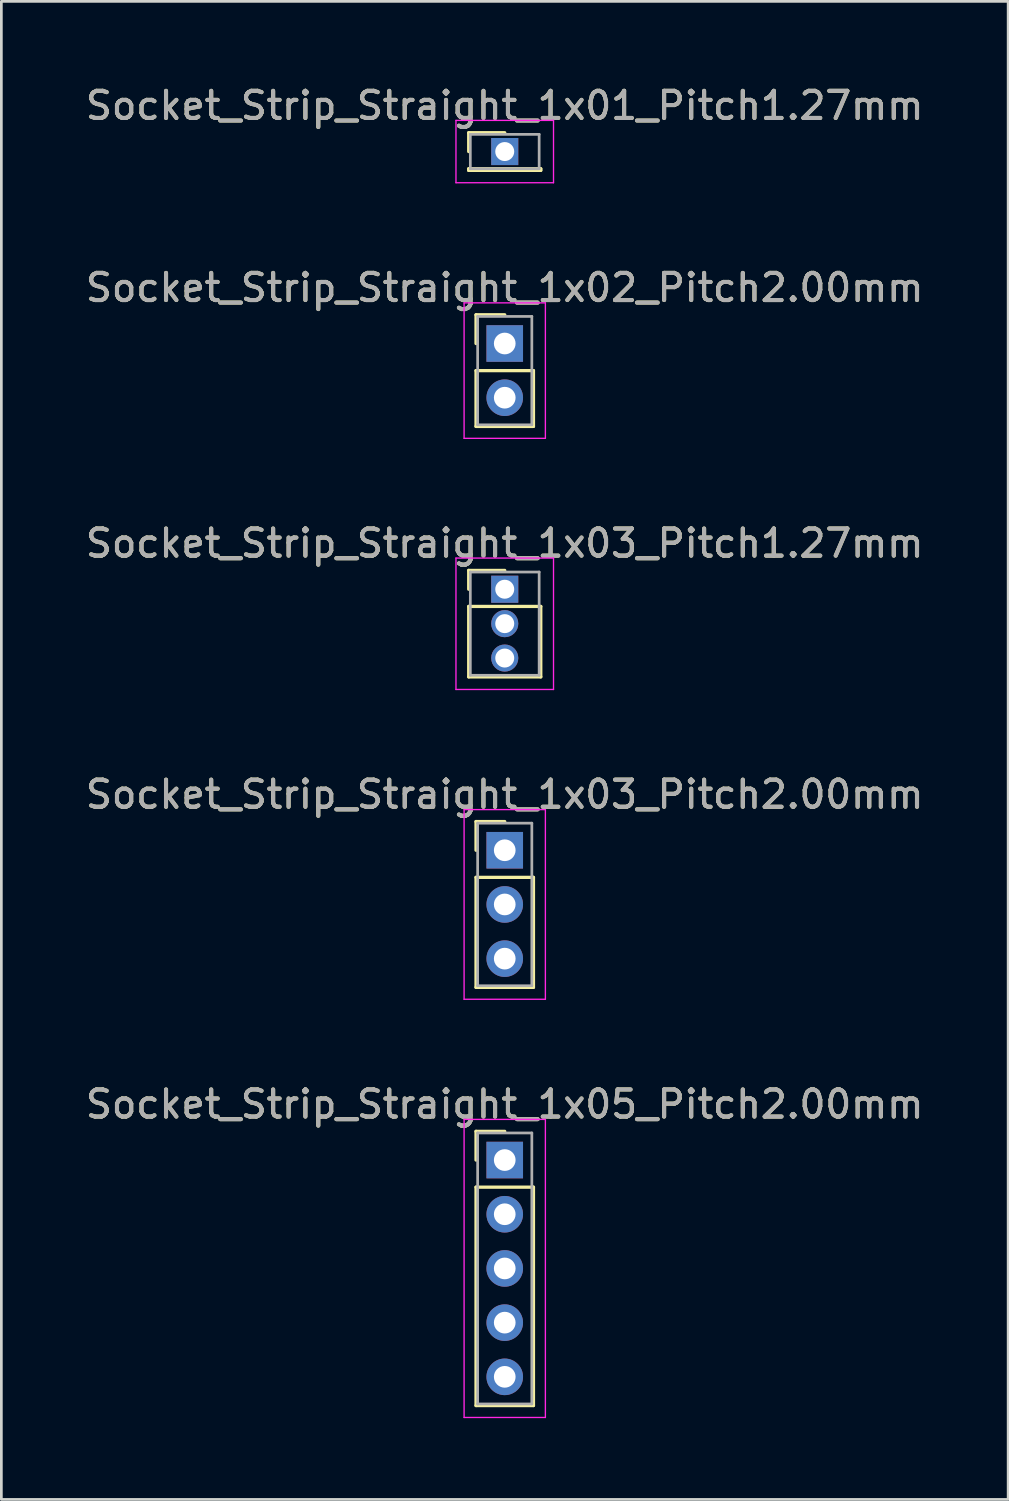
<source format=kicad_pcb>
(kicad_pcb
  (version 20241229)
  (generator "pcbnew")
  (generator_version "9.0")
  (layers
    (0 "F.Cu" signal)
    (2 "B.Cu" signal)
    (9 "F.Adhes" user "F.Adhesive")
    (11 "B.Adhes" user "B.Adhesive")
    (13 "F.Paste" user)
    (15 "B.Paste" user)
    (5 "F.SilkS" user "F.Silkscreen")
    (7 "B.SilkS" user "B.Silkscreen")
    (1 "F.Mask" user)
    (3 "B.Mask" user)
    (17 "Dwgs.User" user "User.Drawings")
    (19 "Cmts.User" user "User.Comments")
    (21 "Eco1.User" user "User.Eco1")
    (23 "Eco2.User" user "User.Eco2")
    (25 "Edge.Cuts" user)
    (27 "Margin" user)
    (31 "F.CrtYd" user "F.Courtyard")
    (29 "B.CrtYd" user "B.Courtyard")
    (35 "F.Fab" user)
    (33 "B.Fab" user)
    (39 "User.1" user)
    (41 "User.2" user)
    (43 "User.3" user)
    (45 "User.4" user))
  (footprint "Socket_Strip_Straight_1x01_Pitch1.27mm"
    (layer "F.Cu")
    (at 15.577 2.543)
    (property "Reference" "Socket_Strip_Straight_1x01_Pitch1.27mm" (at 0 -1.695 0) (layer "F.SilkS") (effects (font (size 1 1) (thickness 0.15))))
    (attr through_hole)
    (fp_line (start -1.33 -0.695) (end 0 -0.695) (stroke (width 0.12) (type solid)) (layer "F.SilkS"))
    (fp_line (start -1.33 0) (end -1.33 -0.695) (stroke (width 0.12) (type solid)) (layer "F.SilkS"))
    (fp_line (start -1.33 0.635) (end -1.33 0.695) (stroke (width 0.12) (type solid)) (layer "F.SilkS"))
    (fp_line (start -1.33 0.695) (end 1.33 0.695) (stroke (width 0.12) (type solid)) (layer "F.SilkS"))
    (fp_line (start 1.33 0.635) (end -1.33 0.635) (stroke (width 0.12) (type solid)) (layer "F.SilkS"))
    (fp_line (start 1.33 0.695) (end 1.33 0.635) (stroke (width 0.12) (type solid)) (layer "F.SilkS"))
    (fp_line (start -1.8 -1.15) (end -1.8 1.15) (stroke (width 0.05) (type solid)) (layer "F.CrtYd"))
    (fp_line (start -1.8 1.15) (end 1.8 1.15) (stroke (width 0.05) (type solid)) (layer "F.CrtYd"))
    (fp_line (start 1.8 -1.15) (end -1.8 -1.15) (stroke (width 0.05) (type solid)) (layer "F.CrtYd"))
    (fp_line (start 1.8 1.15) (end 1.8 -1.15) (stroke (width 0.05) (type solid)) (layer "F.CrtYd"))
    (fp_line (start -1.27 -0.635) (end -1.27 0.635) (stroke (width 0.1) (type solid)) (layer "F.Fab"))
    (fp_line (start -1.27 0.635) (end 1.27 0.635) (stroke (width 0.1) (type solid)) (layer "F.Fab"))
    (fp_line (start 1.27 -0.635) (end -1.27 -0.635) (stroke (width 0.1) (type solid)) (layer "F.Fab"))
    (fp_line (start 1.27 0.635) (end 1.27 -0.635) (stroke (width 0.1) (type solid)) (layer "F.Fab"))
    (fp_text user "${REFERENCE}" (at 0 -1.695 0) (layer "F.Fab") (effects (font (size 1 1) (thickness 0.15))))
    (pad "1" thru_hole rect (at 0 0) (size 1 1) (drill 0.7) (layers "*.Cu" "*.Mask")))
  (footprint "Socket_Strip_Straight_1x03_Pitch1.27mm"
    (layer "F.Cu")
    (at 15.577 18.695)
    (property "Reference" "Socket_Strip_Straight_1x03_Pitch1.27mm" (at 0 -1.695 0) (layer "F.SilkS") (effects (font (size 1 1) (thickness 0.15))))
    (attr through_hole)
    (fp_line (start -1.33 -0.695) (end 0 -0.695) (stroke (width 0.12) (type solid)) (layer "F.SilkS"))
    (fp_line (start -1.33 0) (end -1.33 -0.695) (stroke (width 0.12) (type solid)) (layer "F.SilkS"))
    (fp_line (start -1.33 0.635) (end -1.33 3.235) (stroke (width 0.12) (type solid)) (layer "F.SilkS"))
    (fp_line (start -1.33 3.235) (end 1.33 3.235) (stroke (width 0.12) (type solid)) (layer "F.SilkS"))
    (fp_line (start 1.33 0.635) (end -1.33 0.635) (stroke (width 0.12) (type solid)) (layer "F.SilkS"))
    (fp_line (start 1.33 3.235) (end 1.33 0.635) (stroke (width 0.12) (type solid)) (layer "F.SilkS"))
    (fp_line (start -1.8 -1.15) (end -1.8 3.7) (stroke (width 0.05) (type solid)) (layer "F.CrtYd"))
    (fp_line (start -1.8 3.7) (end 1.8 3.7) (stroke (width 0.05) (type solid)) (layer "F.CrtYd"))
    (fp_line (start 1.8 -1.15) (end -1.8 -1.15) (stroke (width 0.05) (type solid)) (layer "F.CrtYd"))
    (fp_line (start 1.8 3.7) (end 1.8 -1.15) (stroke (width 0.05) (type solid)) (layer "F.CrtYd"))
    (fp_line (start -1.27 -0.635) (end -1.27 3.175) (stroke (width 0.1) (type solid)) (layer "F.Fab"))
    (fp_line (start -1.27 3.175) (end 1.27 3.175) (stroke (width 0.1) (type solid)) (layer "F.Fab"))
    (fp_line (start 1.27 -0.635) (end -1.27 -0.635) (stroke (width 0.1) (type solid)) (layer "F.Fab"))
    (fp_line (start 1.27 3.175) (end 1.27 -0.635) (stroke (width 0.1) (type solid)) (layer "F.Fab"))
    (fp_text user "${REFERENCE}" (at 0 -1.695 0) (layer "F.Fab") (effects (font (size 1 1) (thickness 0.15))))
    (pad "1" thru_hole rect (at 0 0) (size 1 1) (drill 0.7) (layers "*.Cu" "*.Mask"))
    (pad "2" thru_hole oval (at 0 1.27) (size 1 1) (drill 0.7) (layers "*.Cu" "*.Mask"))
    (pad "3" thru_hole oval (at 0 2.54) (size 1 1) (drill 0.7) (layers "*.Cu" "*.Mask")))
  (footprint "Socket_Strip_Straight_1x03_Pitch2.00mm"
    (layer "F.Cu")
    (at 15.577 28.328)
    (property "Reference" "Socket_Strip_Straight_1x03_Pitch2.00mm" (at 0 -2.06 0) (layer "F.SilkS") (effects (font (size 1 1) (thickness 0.15))))
    (attr through_hole)
    (fp_line (start -1.06 -1.06) (end 0 -1.06) (stroke (width 0.12) (type solid)) (layer "F.SilkS"))
    (fp_line (start -1.06 0) (end -1.06 -1.06) (stroke (width 0.12) (type solid)) (layer "F.SilkS"))
    (fp_line (start -1.06 1) (end -1.06 5.06) (stroke (width 0.12) (type solid)) (layer "F.SilkS"))
    (fp_line (start -1.06 5.06) (end 1.06 5.06) (stroke (width 0.12) (type solid)) (layer "F.SilkS"))
    (fp_line (start 1.06 1) (end -1.06 1) (stroke (width 0.12) (type solid)) (layer "F.SilkS"))
    (fp_line (start 1.06 5.06) (end 1.06 1) (stroke (width 0.12) (type solid)) (layer "F.SilkS"))
    (fp_line (start -1.5 -1.5) (end -1.5 5.5) (stroke (width 0.05) (type solid)) (layer "F.CrtYd"))
    (fp_line (start -1.5 5.5) (end 1.5 5.5) (stroke (width 0.05) (type solid)) (layer "F.CrtYd"))
    (fp_line (start 1.5 -1.5) (end -1.5 -1.5) (stroke (width 0.05) (type solid)) (layer "F.CrtYd"))
    (fp_line (start 1.5 5.5) (end 1.5 -1.5) (stroke (width 0.05) (type solid)) (layer "F.CrtYd"))
    (fp_line (start -1 -1) (end -1 5) (stroke (width 0.1) (type solid)) (layer "F.Fab"))
    (fp_line (start -1 5) (end 1 5) (stroke (width 0.1) (type solid)) (layer "F.Fab"))
    (fp_line (start 1 -1) (end -1 -1) (stroke (width 0.1) (type solid)) (layer "F.Fab"))
    (fp_line (start 1 5) (end 1 -1) (stroke (width 0.1) (type solid)) (layer "F.Fab"))
    (fp_text user "${REFERENCE}" (at 0 -2.06 0) (layer "F.Fab") (effects (font (size 1 1) (thickness 0.15))))
    (pad "1" thru_hole rect (at 0 0) (size 1.35 1.35) (drill 0.8) (layers "*.Cu" "*.Mask"))
    (pad "2" thru_hole oval (at 0 2) (size 1.35 1.35) (drill 0.8) (layers "*.Cu" "*.Mask"))
    (pad "3" thru_hole oval (at 0 4) (size 1.35 1.35) (drill 0.8) (layers "*.Cu" "*.Mask")))
  (footprint "Socket_Strip_Straight_1x05_Pitch2.00mm"
    (layer "F.Cu")
    (at 15.577 39.761)
    (property "Reference" "Socket_Strip_Straight_1x05_Pitch2.00mm" (at 0 -2.06 0) (layer "F.SilkS") (effects (font (size 1 1) (thickness 0.15))))
    (attr through_hole)
    (fp_line (start -1.06 -1.06) (end 0 -1.06) (stroke (width 0.12) (type solid)) (layer "F.SilkS"))
    (fp_line (start -1.06 0) (end -1.06 -1.06) (stroke (width 0.12) (type solid)) (layer "F.SilkS"))
    (fp_line (start -1.06 1) (end -1.06 9.06) (stroke (width 0.12) (type solid)) (layer "F.SilkS"))
    (fp_line (start -1.06 9.06) (end 1.06 9.06) (stroke (width 0.12) (type solid)) (layer "F.SilkS"))
    (fp_line (start 1.06 1) (end -1.06 1) (stroke (width 0.12) (type solid)) (layer "F.SilkS"))
    (fp_line (start 1.06 9.06) (end 1.06 1) (stroke (width 0.12) (type solid)) (layer "F.SilkS"))
    (fp_line (start -1.5 -1.5) (end -1.5 9.5) (stroke (width 0.05) (type solid)) (layer "F.CrtYd"))
    (fp_line (start -1.5 9.5) (end 1.5 9.5) (stroke (width 0.05) (type solid)) (layer "F.CrtYd"))
    (fp_line (start 1.5 -1.5) (end -1.5 -1.5) (stroke (width 0.05) (type solid)) (layer "F.CrtYd"))
    (fp_line (start 1.5 9.5) (end 1.5 -1.5) (stroke (width 0.05) (type solid)) (layer "F.CrtYd"))
    (fp_line (start -1 -1) (end -1 9) (stroke (width 0.1) (type solid)) (layer "F.Fab"))
    (fp_line (start -1 9) (end 1 9) (stroke (width 0.1) (type solid)) (layer "F.Fab"))
    (fp_line (start 1 -1) (end -1 -1) (stroke (width 0.1) (type solid)) (layer "F.Fab"))
    (fp_line (start 1 9) (end 1 -1) (stroke (width 0.1) (type solid)) (layer "F.Fab"))
    (fp_text user "${REFERENCE}" (at 0 -2.06 0) (layer "F.Fab") (effects (font (size 1 1) (thickness 0.15))))
    (pad "1" thru_hole rect (at 0 0) (size 1.35 1.35) (drill 0.8) (layers "*.Cu" "*.Mask"))
    (pad "2" thru_hole oval (at 0 2) (size 1.35 1.35) (drill 0.8) (layers "*.Cu" "*.Mask"))
    (pad "3" thru_hole oval (at 0 4) (size 1.35 1.35) (drill 0.8) (layers "*.Cu" "*.Mask"))
    (pad "4" thru_hole oval (at 0 6) (size 1.35 1.35) (drill 0.8) (layers "*.Cu" "*.Mask"))
    (pad "5" thru_hole oval (at 0 8) (size 1.35 1.35) (drill 0.8) (layers "*.Cu" "*.Mask")))
  (footprint "Socket_Strip_Straight_1x02_Pitch2.00mm"
    (layer "F.Cu")
    (at 15.577 9.627)
    (property "Reference" "Socket_Strip_Straight_1x02_Pitch2.00mm" (at 0 -2.06 0) (layer "F.SilkS") (effects (font (size 1 1) (thickness 0.15))))
    (attr through_hole)
    (fp_line (start -1.06 -1.06) (end 0 -1.06) (stroke (width 0.12) (type solid)) (layer "F.SilkS"))
    (fp_line (start -1.06 0) (end -1.06 -1.06) (stroke (width 0.12) (type solid)) (layer "F.SilkS"))
    (fp_line (start -1.06 1) (end -1.06 3.06) (stroke (width 0.12) (type solid)) (layer "F.SilkS"))
    (fp_line (start -1.06 3.06) (end 1.06 3.06) (stroke (width 0.12) (type solid)) (layer "F.SilkS"))
    (fp_line (start 1.06 1) (end -1.06 1) (stroke (width 0.12) (type solid)) (layer "F.SilkS"))
    (fp_line (start 1.06 3.06) (end 1.06 1) (stroke (width 0.12) (type solid)) (layer "F.SilkS"))
    (fp_line (start -1.5 -1.5) (end -1.5 3.5) (stroke (width 0.05) (type solid)) (layer "F.CrtYd"))
    (fp_line (start -1.5 3.5) (end 1.5 3.5) (stroke (width 0.05) (type solid)) (layer "F.CrtYd"))
    (fp_line (start 1.5 -1.5) (end -1.5 -1.5) (stroke (width 0.05) (type solid)) (layer "F.CrtYd"))
    (fp_line (start 1.5 3.5) (end 1.5 -1.5) (stroke (width 0.05) (type solid)) (layer "F.CrtYd"))
    (fp_line (start -1 -1) (end -1 3) (stroke (width 0.1) (type solid)) (layer "F.Fab"))
    (fp_line (start -1 3) (end 1 3) (stroke (width 0.1) (type solid)) (layer "F.Fab"))
    (fp_line (start 1 -1) (end -1 -1) (stroke (width 0.1) (type solid)) (layer "F.Fab"))
    (fp_line (start 1 3) (end 1 -1) (stroke (width 0.1) (type solid)) (layer "F.Fab"))
    (fp_text user "${REFERENCE}" (at 0 -2.06 0) (layer "F.Fab") (effects (font (size 1 1) (thickness 0.15))))
    (pad "1" thru_hole rect (at 0 0) (size 1.35 1.35) (drill 0.8) (layers "*.Cu" "*.Mask"))
    (pad "2" thru_hole oval (at 0 2) (size 1.35 1.35) (drill 0.8) (layers "*.Cu" "*.Mask")))
  (gr_rect
    (start -3 -3)
    (end 34.155 52.286)
    (stroke (width 0.1) (type default))
    (fill no)
    (layer "Edge.Cuts")))
</source>
